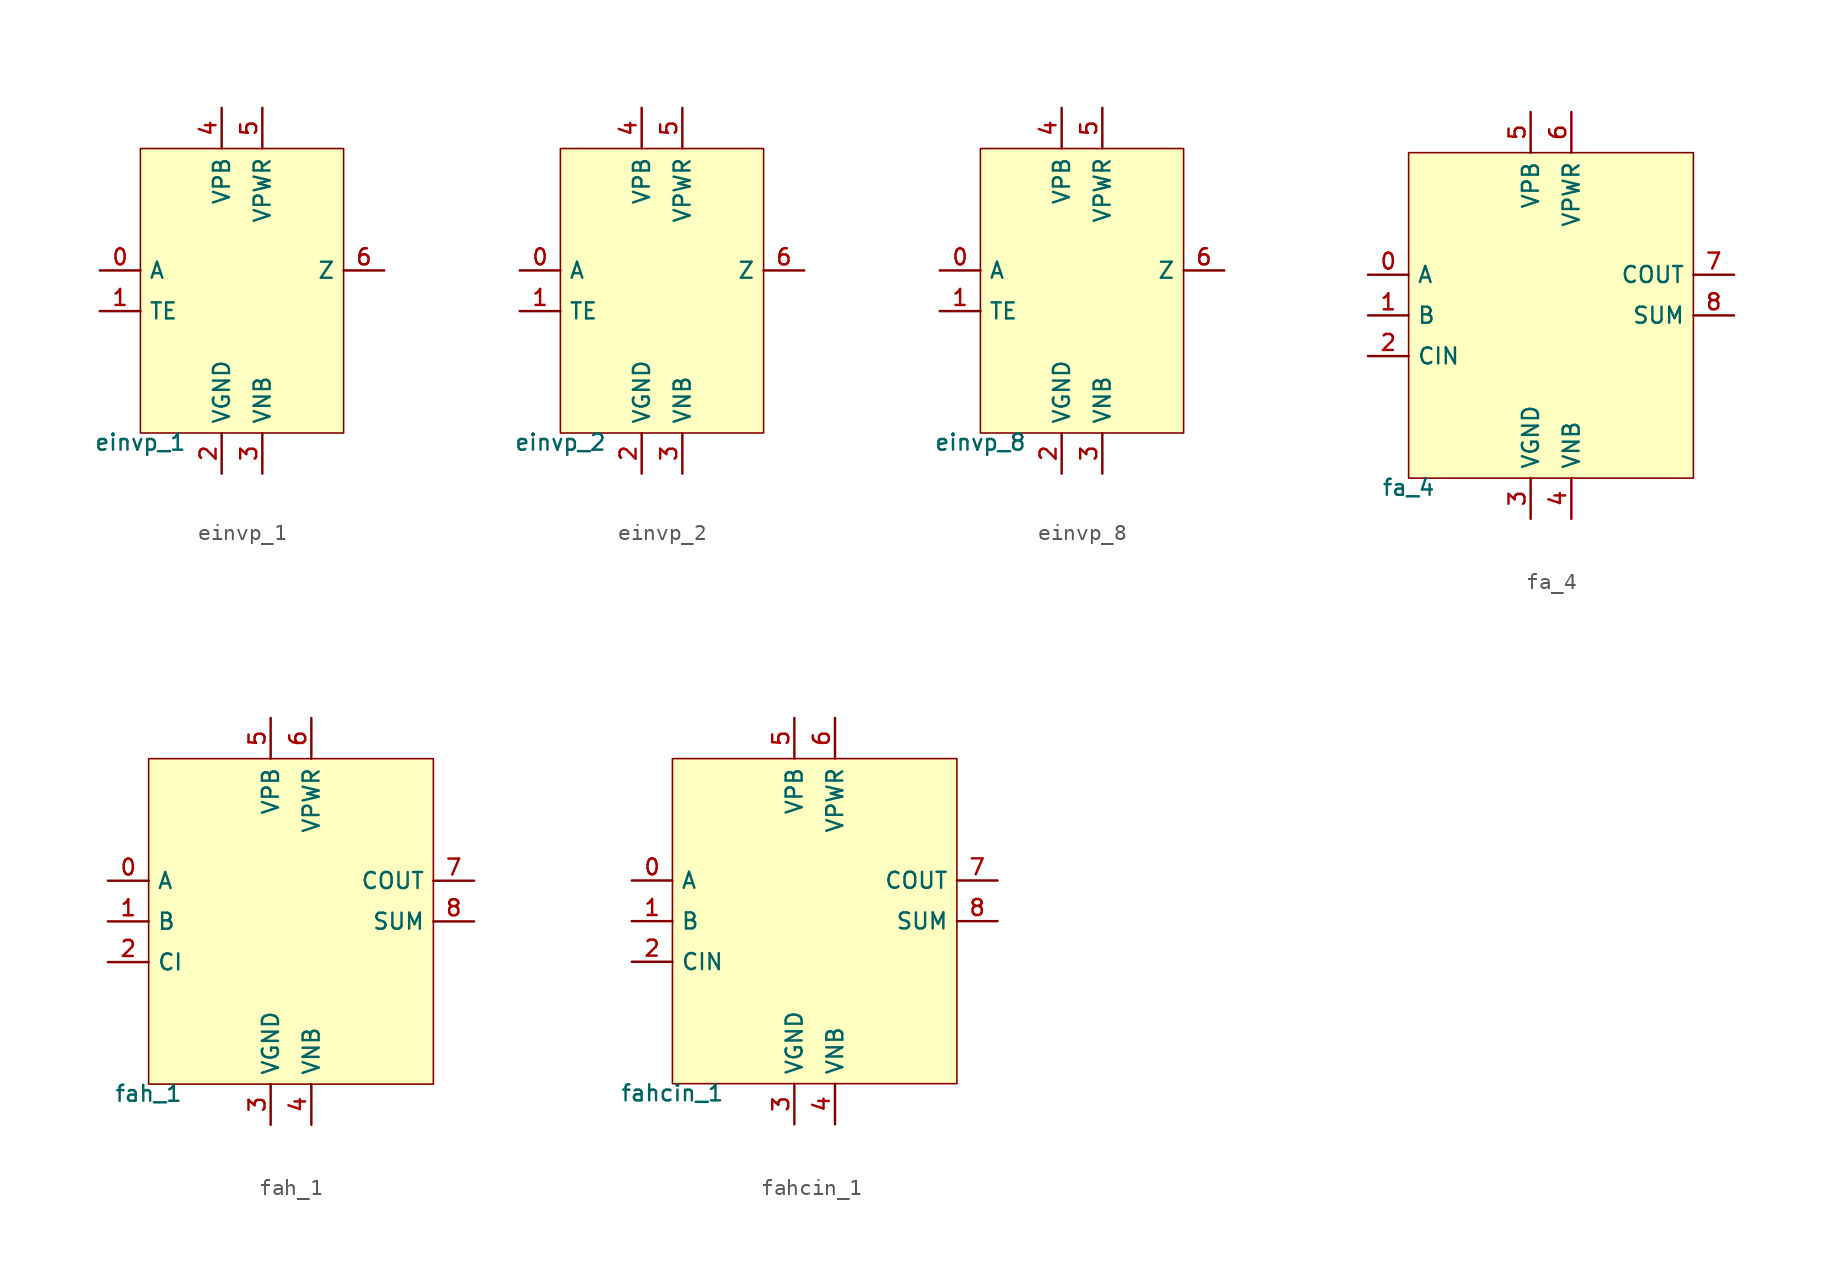
<source format=kicad_sym>
(kicad_symbol_lib
  (version 20211014)
  (generator pdk2kicad)
  (symbol "einvp_1"
    (property "Reference" "X"
      (at 0 0 0)
      (effects (font (size 1 1)) hide))
    (property "Value" "einvp_1"
      (at -6.35 -8.89 0)
      (effects (font (size 1 1)) (justify top)))
    (rectangle
      (start -6.35 -8.89)
      (end 6.35 8.89)
      (stroke (width 0.1) (type solid) (color 0 0 0 0))
      (fill (type background)))
    (pin input line
      (at -8.89 1.27 0)
      (length 2.54)
      (name "A" (effects (font (size 1 1)) hide))
      (number "0" (effects (font (size 1 1)) hide)))
    (pin input line
      (at -8.89 -1.27 0)
      (length 2.54)
      (name "TE" (effects (font (size 1 1)) hide))
      (number "1" (effects (font (size 1 1)) hide)))
    (pin power_in line
      (at -1.27 -11.43 90)
      (length 2.54)
      (name "VGND" (effects (font (size 1 1)) hide))
      (number "2" (effects (font (size 1 1)) hide)))
    (pin power_in line
      (at 1.27 -11.43 90)
      (length 2.54)
      (name "VNB" (effects (font (size 1 1)) hide))
      (number "3" (effects (font (size 1 1)) hide)))
    (pin power_in line
      (at -1.27 11.43 270)
      (length 2.54)
      (name "VPB" (effects (font (size 1 1)) hide))
      (number "4" (effects (font (size 1 1)) hide)))
    (pin power_in line
      (at 1.27 11.43 270)
      (length 2.54)
      (name "VPWR" (effects (font (size 1 1)) hide))
      (number "5" (effects (font (size 1 1)) hide)))
    (pin output line
      (at 8.89 1.27 180)
      (length 2.54)
      (name "Z" (effects (font (size 1 1)) hide))
      (number "6" (effects (font (size 1 1)) hide))))
  (symbol "einvp_2"
    (property "Reference" "X"
      (at 0 0 0)
      (effects (font (size 1 1)) hide))
    (property "Value" "einvp_2"
      (at -6.35 -8.89 0)
      (effects (font (size 1 1)) (justify top)))
    (rectangle
      (start -6.35 -8.89)
      (end 6.35 8.89)
      (stroke (width 0.1) (type solid) (color 0 0 0 0))
      (fill (type background)))
    (pin input line
      (at -8.89 1.27 0)
      (length 2.54)
      (name "A" (effects (font (size 1 1)) hide))
      (number "0" (effects (font (size 1 1)) hide)))
    (pin input line
      (at -8.89 -1.27 0)
      (length 2.54)
      (name "TE" (effects (font (size 1 1)) hide))
      (number "1" (effects (font (size 1 1)) hide)))
    (pin power_in line
      (at -1.27 -11.43 90)
      (length 2.54)
      (name "VGND" (effects (font (size 1 1)) hide))
      (number "2" (effects (font (size 1 1)) hide)))
    (pin power_in line
      (at 1.27 -11.43 90)
      (length 2.54)
      (name "VNB" (effects (font (size 1 1)) hide))
      (number "3" (effects (font (size 1 1)) hide)))
    (pin power_in line
      (at -1.27 11.43 270)
      (length 2.54)
      (name "VPB" (effects (font (size 1 1)) hide))
      (number "4" (effects (font (size 1 1)) hide)))
    (pin power_in line
      (at 1.27 11.43 270)
      (length 2.54)
      (name "VPWR" (effects (font (size 1 1)) hide))
      (number "5" (effects (font (size 1 1)) hide)))
    (pin output line
      (at 8.89 1.27 180)
      (length 2.54)
      (name "Z" (effects (font (size 1 1)) hide))
      (number "6" (effects (font (size 1 1)) hide))))
  (symbol "einvp_8"
    (property "Reference" "X"
      (at 0 0 0)
      (effects (font (size 1 1)) hide))
    (property "Value" "einvp_8"
      (at -6.35 -8.89 0)
      (effects (font (size 1 1)) (justify top)))
    (rectangle
      (start -6.35 -8.89)
      (end 6.35 8.89)
      (stroke (width 0.1) (type solid) (color 0 0 0 0))
      (fill (type background)))
    (pin input line
      (at -8.89 1.27 0)
      (length 2.54)
      (name "A" (effects (font (size 1 1)) hide))
      (number "0" (effects (font (size 1 1)) hide)))
    (pin input line
      (at -8.89 -1.27 0)
      (length 2.54)
      (name "TE" (effects (font (size 1 1)) hide))
      (number "1" (effects (font (size 1 1)) hide)))
    (pin power_in line
      (at -1.27 -11.43 90)
      (length 2.54)
      (name "VGND" (effects (font (size 1 1)) hide))
      (number "2" (effects (font (size 1 1)) hide)))
    (pin power_in line
      (at 1.27 -11.43 90)
      (length 2.54)
      (name "VNB" (effects (font (size 1 1)) hide))
      (number "3" (effects (font (size 1 1)) hide)))
    (pin power_in line
      (at -1.27 11.43 270)
      (length 2.54)
      (name "VPB" (effects (font (size 1 1)) hide))
      (number "4" (effects (font (size 1 1)) hide)))
    (pin power_in line
      (at 1.27 11.43 270)
      (length 2.54)
      (name "VPWR" (effects (font (size 1 1)) hide))
      (number "5" (effects (font (size 1 1)) hide)))
    (pin output line
      (at 8.89 1.27 180)
      (length 2.54)
      (name "Z" (effects (font (size 1 1)) hide))
      (number "6" (effects (font (size 1 1)) hide))))
  (symbol "fa_4"
    (property "Reference" "X"
      (at 0 0 0)
      (effects (font (size 1 1)) hide))
    (property "Value" "fa_4"
      (at -8.89 -10.16 0)
      (effects (font (size 1 1)) (justify top)))
    (rectangle
      (start -8.89 -10.16)
      (end 8.89 10.16)
      (stroke (width 0.1) (type solid) (color 0 0 0 0))
      (fill (type background)))
    (pin input line
      (at -11.43 2.54 0)
      (length 2.54)
      (name "A" (effects (font (size 1 1)) hide))
      (number "0" (effects (font (size 1 1)) hide)))
    (pin input line
      (at -11.43 0.0 0)
      (length 2.54)
      (name "B" (effects (font (size 1 1)) hide))
      (number "1" (effects (font (size 1 1)) hide)))
    (pin input line
      (at -11.43 -2.54 0)
      (length 2.54)
      (name "CIN" (effects (font (size 1 1)) hide))
      (number "2" (effects (font (size 1 1)) hide)))
    (pin power_in line
      (at -1.27 -12.7 90)
      (length 2.54)
      (name "VGND" (effects (font (size 1 1)) hide))
      (number "3" (effects (font (size 1 1)) hide)))
    (pin power_in line
      (at 1.27 -12.7 90)
      (length 2.54)
      (name "VNB" (effects (font (size 1 1)) hide))
      (number "4" (effects (font (size 1 1)) hide)))
    (pin power_in line
      (at -1.27 12.7 270)
      (length 2.54)
      (name "VPB" (effects (font (size 1 1)) hide))
      (number "5" (effects (font (size 1 1)) hide)))
    (pin power_in line
      (at 1.27 12.7 270)
      (length 2.54)
      (name "VPWR" (effects (font (size 1 1)) hide))
      (number "6" (effects (font (size 1 1)) hide)))
    (pin output line
      (at 11.43 2.54 180)
      (length 2.54)
      (name "COUT" (effects (font (size 1 1)) hide))
      (number "7" (effects (font (size 1 1)) hide)))
    (pin output line
      (at 11.43 0.0 180)
      (length 2.54)
      (name "SUM" (effects (font (size 1 1)) hide))
      (number "8" (effects (font (size 1 1)) hide))))
  (symbol "fah_1"
    (property "Reference" "X"
      (at 0 0 0)
      (effects (font (size 1 1)) hide))
    (property "Value" "fah_1"
      (at -8.89 -10.16 0)
      (effects (font (size 1 1)) (justify top)))
    (rectangle
      (start -8.89 -10.16)
      (end 8.89 10.16)
      (stroke (width 0.1) (type solid) (color 0 0 0 0))
      (fill (type background)))
    (pin input line
      (at -11.43 2.54 0)
      (length 2.54)
      (name "A" (effects (font (size 1 1)) hide))
      (number "0" (effects (font (size 1 1)) hide)))
    (pin input line
      (at -11.43 0.0 0)
      (length 2.54)
      (name "B" (effects (font (size 1 1)) hide))
      (number "1" (effects (font (size 1 1)) hide)))
    (pin input line
      (at -11.43 -2.54 0)
      (length 2.54)
      (name "CI" (effects (font (size 1 1)) hide))
      (number "2" (effects (font (size 1 1)) hide)))
    (pin power_in line
      (at -1.27 -12.7 90)
      (length 2.54)
      (name "VGND" (effects (font (size 1 1)) hide))
      (number "3" (effects (font (size 1 1)) hide)))
    (pin power_in line
      (at 1.27 -12.7 90)
      (length 2.54)
      (name "VNB" (effects (font (size 1 1)) hide))
      (number "4" (effects (font (size 1 1)) hide)))
    (pin power_in line
      (at -1.27 12.7 270)
      (length 2.54)
      (name "VPB" (effects (font (size 1 1)) hide))
      (number "5" (effects (font (size 1 1)) hide)))
    (pin power_in line
      (at 1.27 12.7 270)
      (length 2.54)
      (name "VPWR" (effects (font (size 1 1)) hide))
      (number "6" (effects (font (size 1 1)) hide)))
    (pin output line
      (at 11.43 2.54 180)
      (length 2.54)
      (name "COUT" (effects (font (size 1 1)) hide))
      (number "7" (effects (font (size 1 1)) hide)))
    (pin output line
      (at 11.43 0.0 180)
      (length 2.54)
      (name "SUM" (effects (font (size 1 1)) hide))
      (number "8" (effects (font (size 1 1)) hide))))
  (symbol "fahcin_1"
    (property "Reference" "X"
      (at 0 0 0)
      (effects (font (size 1 1)) hide))
    (property "Value" "fahcin_1"
      (at -8.89 -10.16 0)
      (effects (font (size 1 1)) (justify top)))
    (rectangle
      (start -8.89 -10.16)
      (end 8.89 10.16)
      (stroke (width 0.1) (type solid) (color 0 0 0 0))
      (fill (type background)))
    (pin input line
      (at -11.43 2.54 0)
      (length 2.54)
      (name "A" (effects (font (size 1 1)) hide))
      (number "0" (effects (font (size 1 1)) hide)))
    (pin input line
      (at -11.43 0.0 0)
      (length 2.54)
      (name "B" (effects (font (size 1 1)) hide))
      (number "1" (effects (font (size 1 1)) hide)))
    (pin input line
      (at -11.43 -2.54 0)
      (length 2.54)
      (name "CIN" (effects (font (size 1 1)) hide))
      (number "2" (effects (font (size 1 1)) hide)))
    (pin power_in line
      (at -1.27 -12.7 90)
      (length 2.54)
      (name "VGND" (effects (font (size 1 1)) hide))
      (number "3" (effects (font (size 1 1)) hide)))
    (pin power_in line
      (at 1.27 -12.7 90)
      (length 2.54)
      (name "VNB" (effects (font (size 1 1)) hide))
      (number "4" (effects (font (size 1 1)) hide)))
    (pin power_in line
      (at -1.27 12.7 270)
      (length 2.54)
      (name "VPB" (effects (font (size 1 1)) hide))
      (number "5" (effects (font (size 1 1)) hide)))
    (pin power_in line
      (at 1.27 12.7 270)
      (length 2.54)
      (name "VPWR" (effects (font (size 1 1)) hide))
      (number "6" (effects (font (size 1 1)) hide)))
    (pin output line
      (at 11.43 2.54 180)
      (length 2.54)
      (name "COUT" (effects (font (size 1 1)) hide))
      (number "7" (effects (font (size 1 1)) hide)))
    (pin output line
      (at 11.43 0.0 180)
      (length 2.54)
      (name "SUM" (effects (font (size 1 1)) hide))
      (number "8" (effects (font (size 1 1)) hide)))))
</source>
